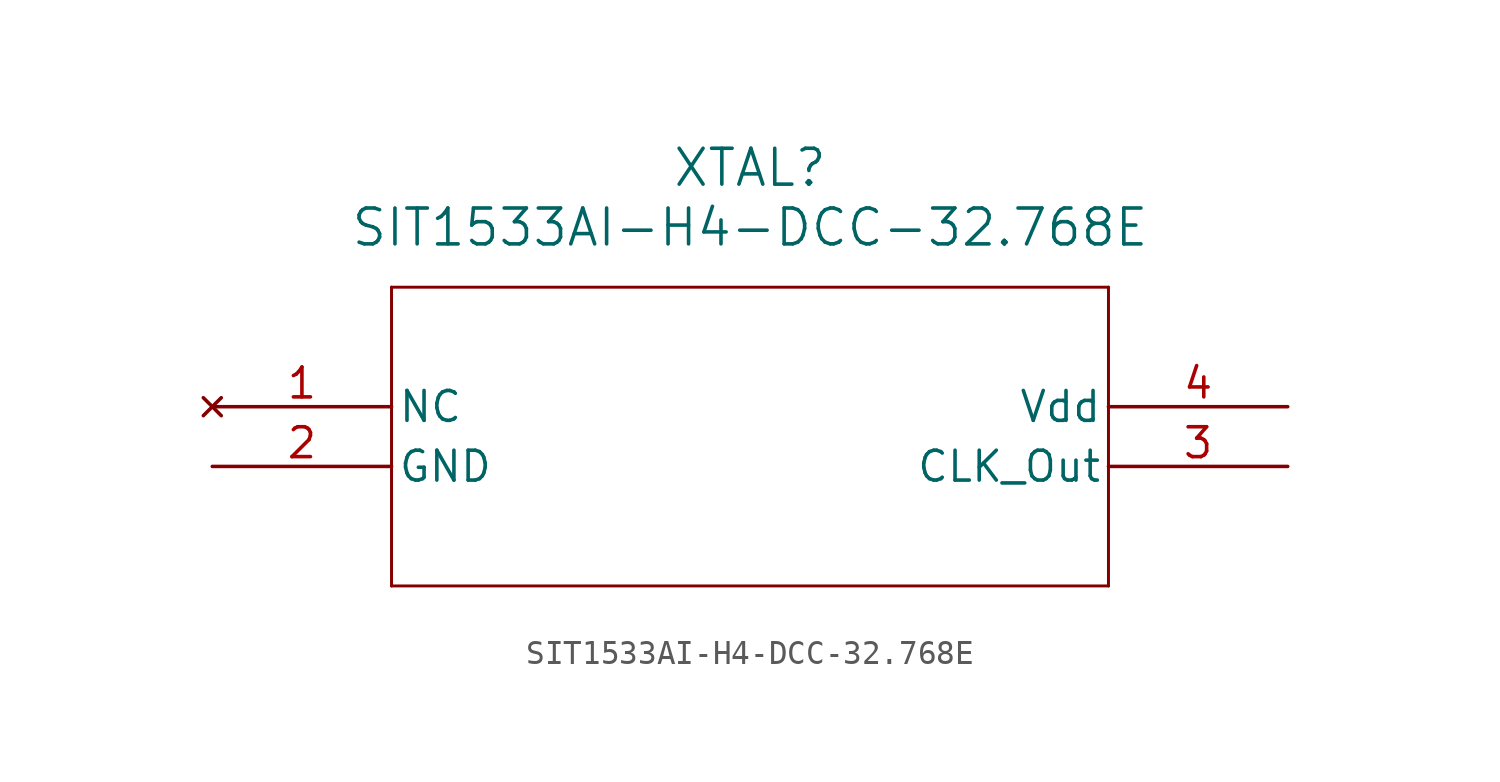
<source format=kicad_sym>
(kicad_symbol_lib
  (version 20211014)
  (generator kicad_symbol_editor)
  (symbol "SIT1533AI-H4-DCC-32.768E"
    (pin_names
      (offset 0.254))
    (property "Reference" "XTAL"
      (at 22.86 10.16 0)
      (effects (font (size 1.524 1.524))))
    (property "Value" "SIT1533AI-H4-DCC-32.768E"
      (at 22.86 7.62 0)
      (effects (font (size 1.524 1.524))))
    (symbol "SIT1533AI-H4-DCC-32.768E_0_1"
      (polyline (pts (xy 7.62 5.08) (xy 7.62 -7.62)) (stroke (width 0.127) (type default) (color 0 0 0 0)) (fill (type none)))
      (polyline (pts (xy 7.62 -7.62) (xy 38.1 -7.62)) (stroke (width 0.127) (type default) (color 0 0 0 0)) (fill (type none)))
      (polyline (pts (xy 38.1 -7.62) (xy 38.1 5.08)) (stroke (width 0.127) (type default) (color 0 0 0 0)) (fill (type none)))
      (polyline (pts (xy 38.1 5.08) (xy 7.62 5.08)) (stroke (width 0.127) (type default) (color 0 0 0 0)) (fill (type none)))
      (pin no_connect line (at 0 0 0) (length 7.62) (name "NC" (effects (font (size 1.27 1.27)))) (number "1" (effects (font (size 1.27 1.27)))))
      (pin power_out line (at 0 -2.54 0) (length 7.62) (name "GND" (effects (font (size 1.27 1.27)))) (number "2" (effects (font (size 1.27 1.27)))))
      (pin output line (at 45.72 -2.54 180) (length 7.62) (name "CLK Out" (effects (font (size 1.27 1.27)))) (number "3" (effects (font (size 1.27 1.27)))))
      (pin power_in line (at 45.72 0 180) (length 7.62) (name "Vdd" (effects (font (size 1.27 1.27)))) (number "4" (effects (font (size 1.27 1.27))))))))
</source>
